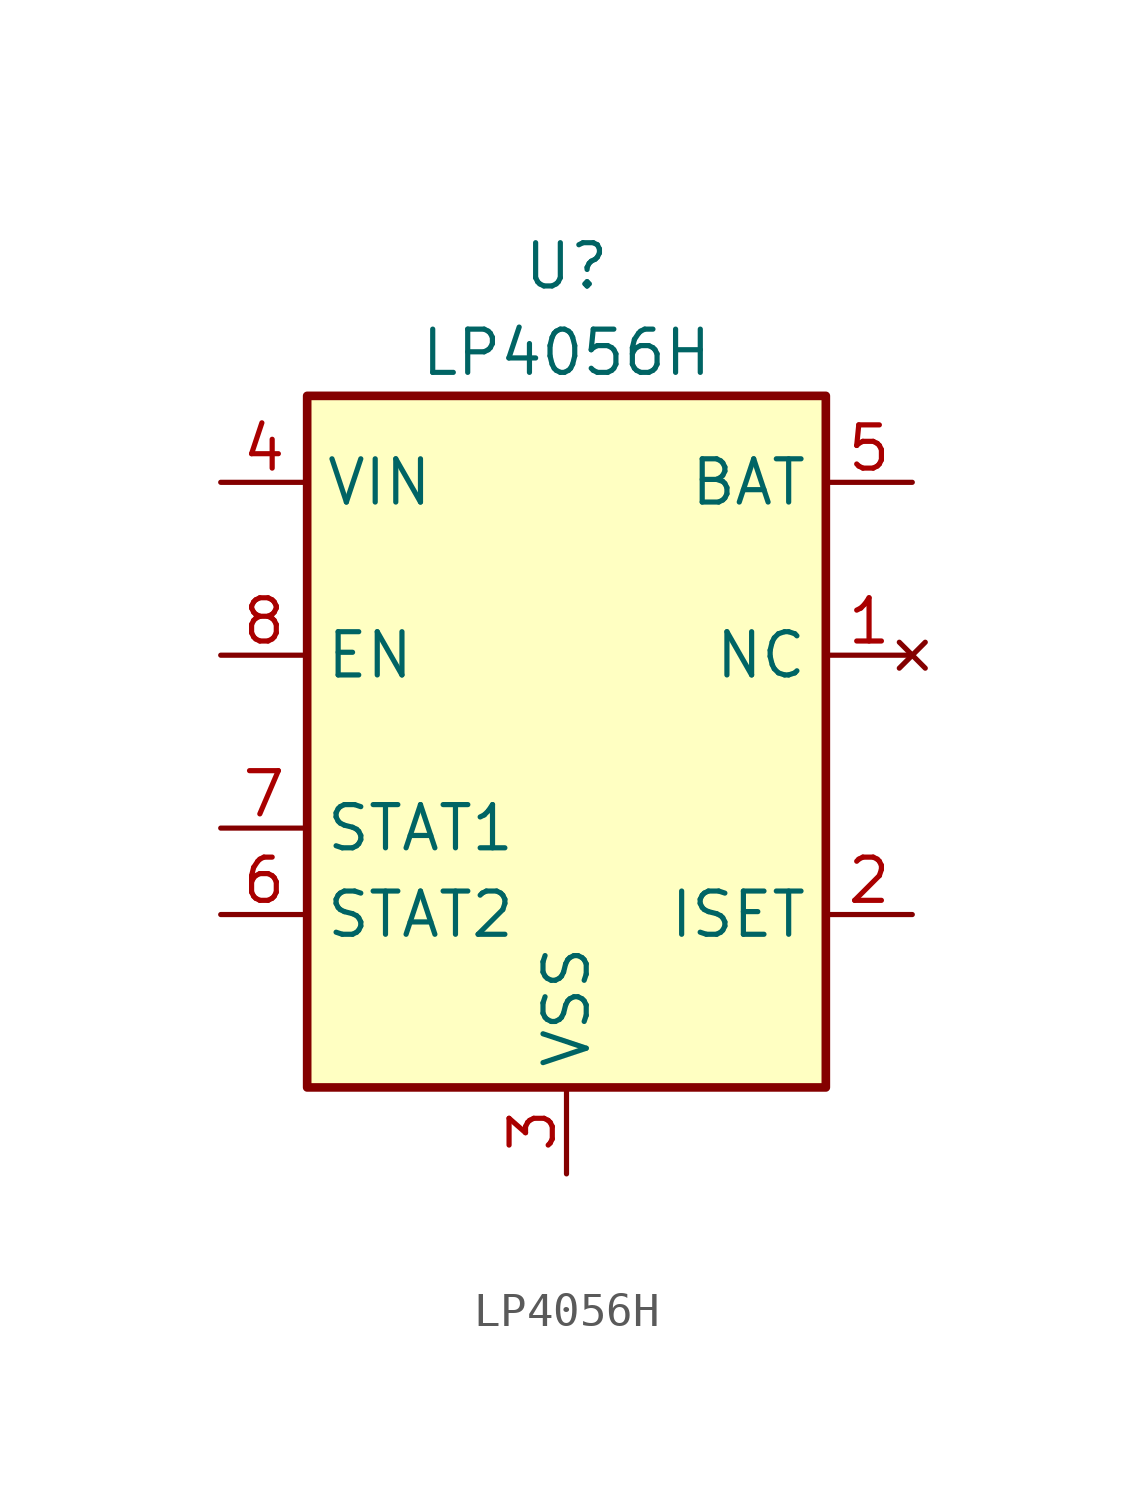
<source format=kicad_sym>
(kicad_symbol_lib
  (version 20211014)
  (generator kicad_symbol_editor)
  (symbol "LP4056H"
    (property "Reference" "U"
      (at 0 13.97 0)
      (effects (font (size 1.27 1.27))))
    (property "Value" "LP4056H"
      (at 0 11.43 0)
      (effects (font (size 1.27 1.27))))
    (symbol "LP4056H_0_1"
      (rectangle (start -7.62 10.16) (end 7.62 -10.16) (stroke (width 0.254) (type default) (color 0 0 0 0)) (fill (type background))))
    (symbol "LP4056H_1_1"
      (pin no_connect line (at 10.16 2.54 180) (length 2.54) (name "NC" (effects (font (size 1.27 1.27)))) (number "1" (effects (font (size 1.27 1.27)))))
      (pin input line (at 10.16 -5.08 180) (length 2.54) (name "ISET" (effects (font (size 1.27 1.27)))) (number "2" (effects (font (size 1.27 1.27)))))
      (pin power_in line (at 0 -12.7 90) (length 2.54) (name "VSS" (effects (font (size 1.27 1.27)))) (number "3" (effects (font (size 1.27 1.27)))))
      (pin power_in line (at -10.16 7.62 0) (length 2.54) (name "VIN" (effects (font (size 1.27 1.27)))) (number "4" (effects (font (size 1.27 1.27)))))
      (pin power_out line (at 10.16 7.62 180) (length 2.54) (name "BAT" (effects (font (size 1.27 1.27)))) (number "5" (effects (font (size 1.27 1.27)))))
      (pin open_collector line (at -10.16 -5.08 0) (length 2.54) (name "STAT2" (effects (font (size 1.27 1.27)))) (number "6" (effects (font (size 1.27 1.27)))))
      (pin open_collector line (at -10.16 -2.54 0) (length 2.54) (name "STAT1" (effects (font (size 1.27 1.27)))) (number "7" (effects (font (size 1.27 1.27)))))
      (pin input line (at -10.16 2.54 0) (length 2.54) (name "EN" (effects (font (size 1.27 1.27)))) (number "8" (effects (font (size 1.27 1.27)))))
      (pin power_in line (at 0 -12.7 90) (length 2.54) hide (name "PAD" (effects (font (size 1.27 1.27)))) (number "9" (effects (font (size 1.27 1.27))))))))
</source>
